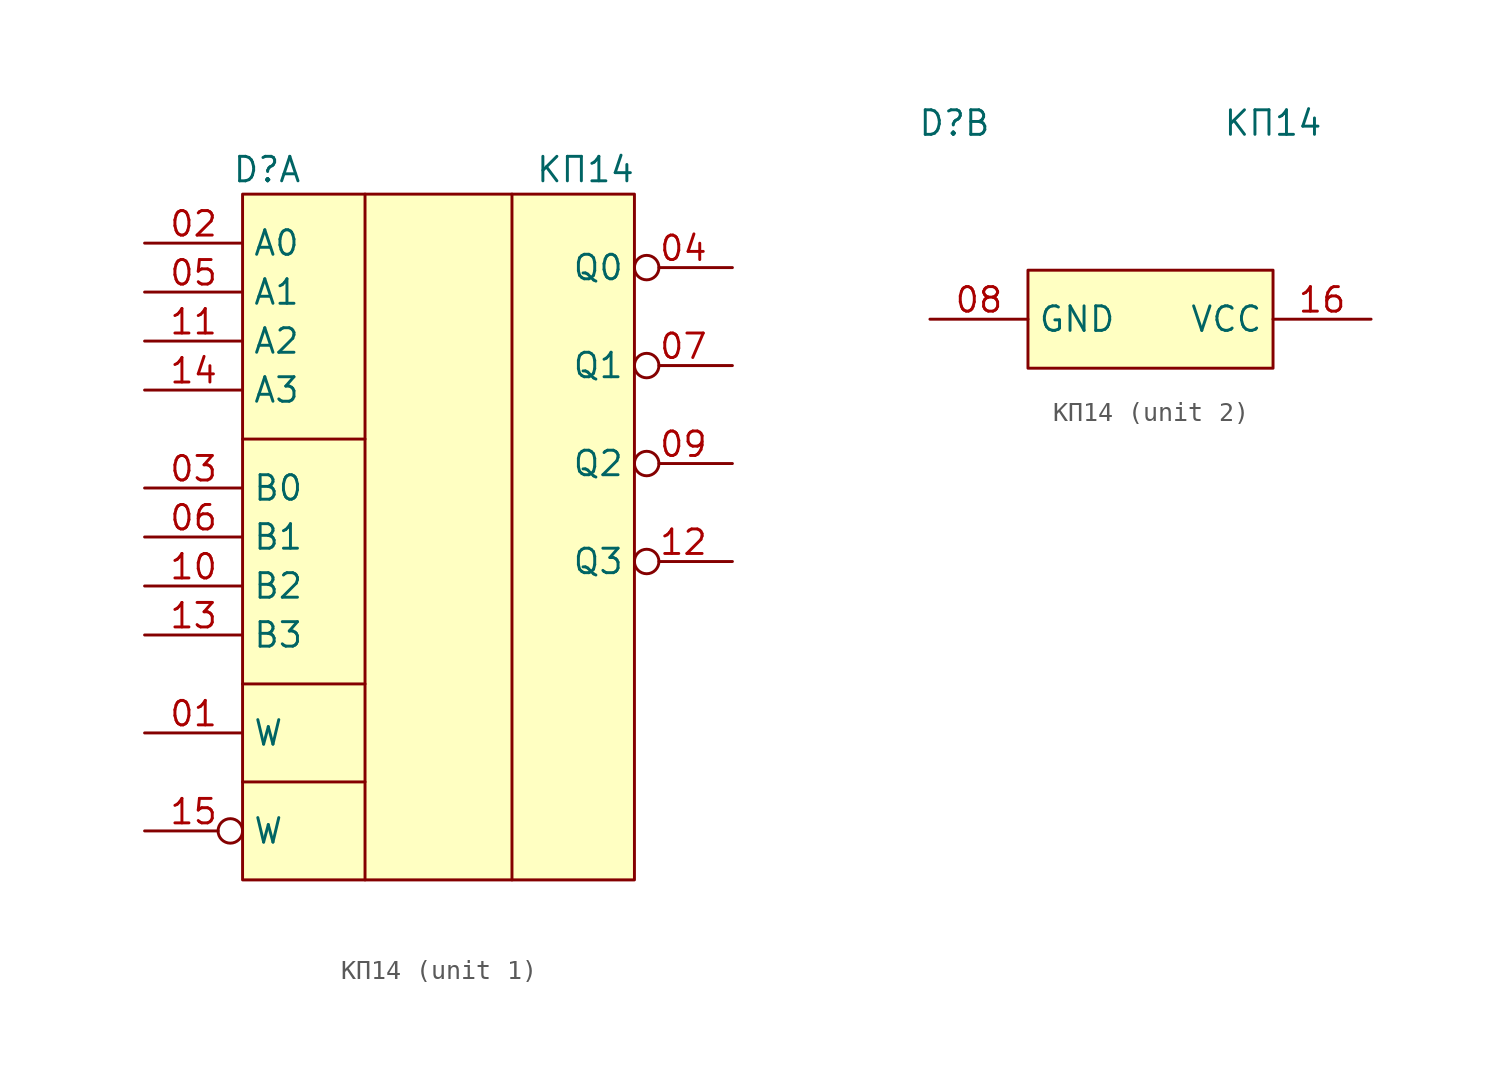
<source format=kicad_sym>
(kicad_symbol_lib
  (version 20231120)
  (generator "kicad_symbol_editor")
  (generator_version "8.0")
  (symbol "КП14"
    (property "Reference" "D"
      (at -8.89 -3.81 0)
      (effects (font (size 1.27 1.27))))
    (property "Value" "КП14"
      (at 7.62 -3.81 0)
      (effects (font (size 1.27 1.27))))
    (property "ki_locked" ""
      (at 0 0 0)
      (effects (font (size 1.27 1.27))))
    (symbol "КП14_1_1"
      (rectangle (start -10.16 -5.08) (end 10.16 -40.64) (stroke (width 0) (type default)) (fill (type background)))
      (polyline (pts (xy -10.16 -35.56) (xy -3.81 -35.56)) (stroke (width 0) (type default)) (fill (type none)))
      (polyline (pts (xy -10.16 -30.48) (xy -3.81 -30.48)) (stroke (width 0) (type default)) (fill (type none)))
      (polyline (pts (xy -10.16 -17.78) (xy -3.81 -17.78)) (stroke (width 0) (type default)) (fill (type none)))
      (polyline (pts (xy -3.81 -5.08) (xy -3.81 -40.64)) (stroke (width 0) (type default)) (fill (type none)))
      (polyline (pts (xy 3.81 -5.08) (xy 3.81 -40.64)) (stroke (width 0) (type default)) (fill (type none)))
      (pin input line (at -15.24 -33.02 0) (length 5.08) (name "W" (effects (font (size 1.27 1.27)))) (number "01" (effects (font (size 1.27 1.27)))))
      (pin input line (at -15.24 -7.62 0) (length 5.08) (name "A0" (effects (font (size 1.27 1.27)))) (number "02" (effects (font (size 1.27 1.27)))))
      (pin input line (at -15.24 -20.32 0) (length 5.08) (name "B0" (effects (font (size 1.27 1.27)))) (number "03" (effects (font (size 1.27 1.27)))))
      (pin output inverted (at 15.24 -8.89 180) (length 5.08) (name "Q0" (effects (font (size 1.27 1.27)))) (number "04" (effects (font (size 1.27 1.27)))))
      (pin input line (at -15.24 -10.16 0) (length 5.08) (name "A1" (effects (font (size 1.27 1.27)))) (number "05" (effects (font (size 1.27 1.27)))))
      (pin input line (at -15.24 -22.86 0) (length 5.08) (name "B1" (effects (font (size 1.27 1.27)))) (number "06" (effects (font (size 1.27 1.27)))))
      (pin output inverted (at 15.24 -13.97 180) (length 5.08) (name "Q1" (effects (font (size 1.27 1.27)))) (number "07" (effects (font (size 1.27 1.27)))))
      (pin output inverted (at 15.24 -19.05 180) (length 5.08) (name "Q2" (effects (font (size 1.27 1.27)))) (number "09" (effects (font (size 1.27 1.27)))))
      (pin input line (at -15.24 -25.4 0) (length 5.08) (name "B2" (effects (font (size 1.27 1.27)))) (number "10" (effects (font (size 1.27 1.27)))))
      (pin input line (at -15.24 -12.7 0) (length 5.08) (name "A2" (effects (font (size 1.27 1.27)))) (number "11" (effects (font (size 1.27 1.27)))))
      (pin output inverted (at 15.24 -24.13 180) (length 5.08) (name "Q3" (effects (font (size 1.27 1.27)))) (number "12" (effects (font (size 1.27 1.27)))))
      (pin input line (at -15.24 -27.94 0) (length 5.08) (name "B3" (effects (font (size 1.27 1.27)))) (number "13" (effects (font (size 1.27 1.27)))))
      (pin input line (at -15.24 -15.24 0) (length 5.08) (name "A3" (effects (font (size 1.27 1.27)))) (number "14" (effects (font (size 1.27 1.27)))))
      (pin input inverted (at -15.24 -38.1 0) (length 5.08) (name "W" (effects (font (size 1.27 1.27)))) (number "15" (effects (font (size 1.27 1.27))))))
    (symbol "КП14_2_0"
      (rectangle (start -5.08 -11.43) (end 7.62 -16.51) (stroke (width 0) (type default)) (fill (type background))))
    (symbol "КП14_2_1"
      (pin power_in line (at -10.16 -13.97 0) (length 5.08) (name "GND" (effects (font (size 1.27 1.27)))) (number "08" (effects (font (size 1.27 1.27)))))
      (pin power_in line (at 12.7 -13.97 180) (length 5.08) (name "VCC" (effects (font (size 1.27 1.27)))) (number "16" (effects (font (size 1.27 1.27))))))))
</source>
